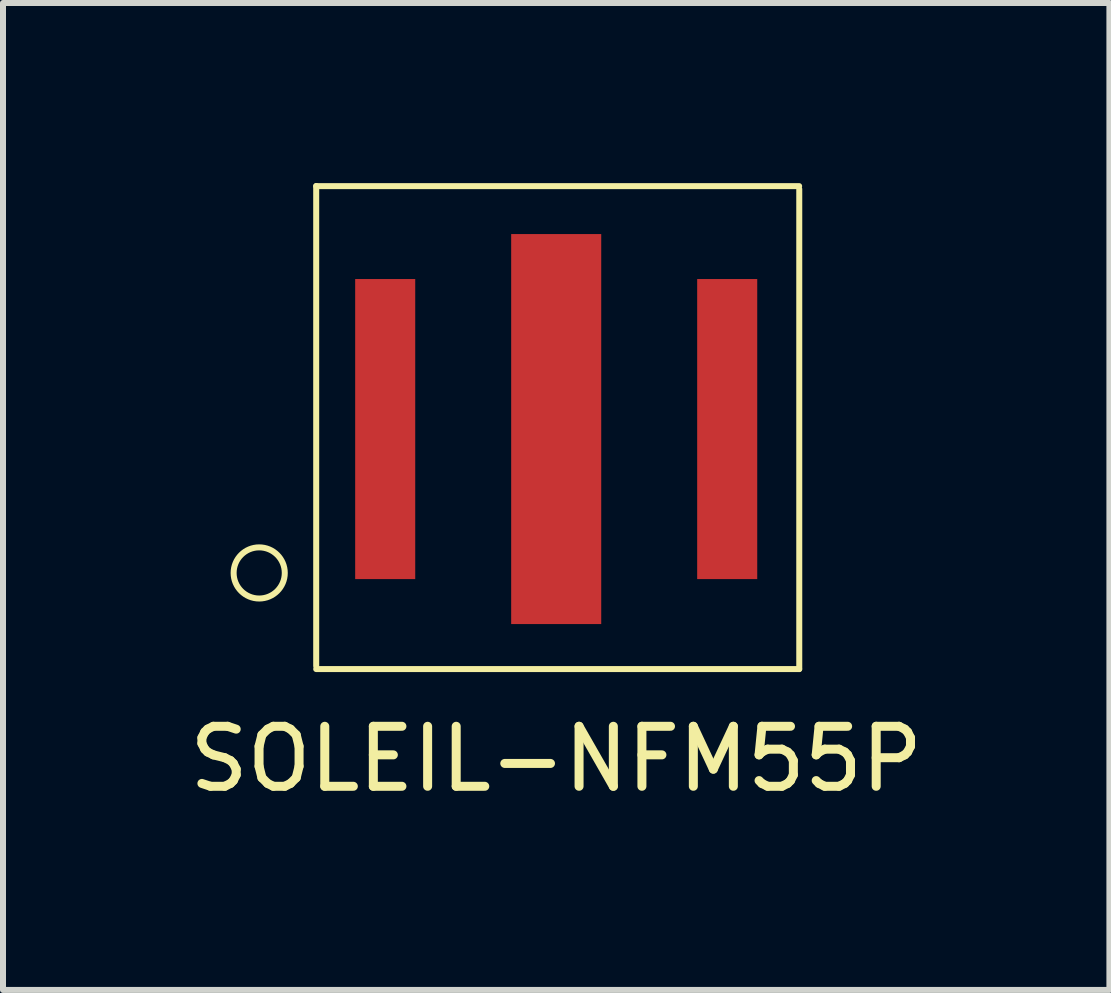
<source format=kicad_pcb>
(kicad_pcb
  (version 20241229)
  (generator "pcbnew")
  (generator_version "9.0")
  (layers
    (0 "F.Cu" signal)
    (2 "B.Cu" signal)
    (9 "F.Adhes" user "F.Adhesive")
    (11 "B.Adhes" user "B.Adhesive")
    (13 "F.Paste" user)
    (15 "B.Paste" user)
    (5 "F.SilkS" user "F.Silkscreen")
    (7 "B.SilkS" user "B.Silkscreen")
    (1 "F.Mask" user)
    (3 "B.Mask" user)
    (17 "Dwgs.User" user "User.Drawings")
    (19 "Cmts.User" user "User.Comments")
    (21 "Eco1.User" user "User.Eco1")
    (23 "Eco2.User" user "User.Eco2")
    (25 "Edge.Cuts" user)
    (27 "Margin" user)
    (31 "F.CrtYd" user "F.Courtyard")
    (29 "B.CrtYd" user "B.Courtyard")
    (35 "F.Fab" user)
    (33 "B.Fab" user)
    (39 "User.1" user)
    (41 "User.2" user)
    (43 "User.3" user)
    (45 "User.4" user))
  (footprint "SOLEIL-NFM55P"
    (layer "F.Cu")
    (at 6.22 4.101)
    (property "Reference" "SOLEIL-NFM55P" (at 0 5.499 0) (layer "F.SilkS") (effects (font (size 1 1) (thickness 0.15))))
    (attr through_hole)
    (fp_line (start -4 3.95) (end -4 -4.051) (stroke (width 0.1) (type solid)) (layer "F.SilkS"))
    (fp_line (start 4.049 -4.049) (end -4 -4.049) (stroke (width 0.1) (type solid)) (layer "F.SilkS"))
    (fp_line (start 4.049 4) (end -4 4) (stroke (width 0.1) (type solid)) (layer "F.SilkS"))
    (fp_line (start 4.051 -4) (end 4.051 4) (stroke (width 0.1) (type solid)) (layer "F.SilkS"))
    (fp_circle (center -4.95 2.398) (end -5.349 2.548) (stroke (width 0.1) (type solid)) (fill no) (layer "F.SilkS"))
    (pad "1" smd rect (at -2.85 0) (size 1.001 5.001) (layers "F.Cu" "F.Mask" "F.Paste"))
    (pad "2" smd rect (at 0 0) (size 1.501 6.5) (layers "F.Cu" "F.Mask" "F.Paste"))
    (pad "3" smd rect (at 2.85 0) (size 1.001 5.001) (layers "F.Cu" "F.Mask" "F.Paste")))
  (gr_rect
    (start -3 -3)
    (end 15.44 13.449)
    (stroke (width 0.1) (type default))
    (fill no)
    (layer "Edge.Cuts")))
</source>
